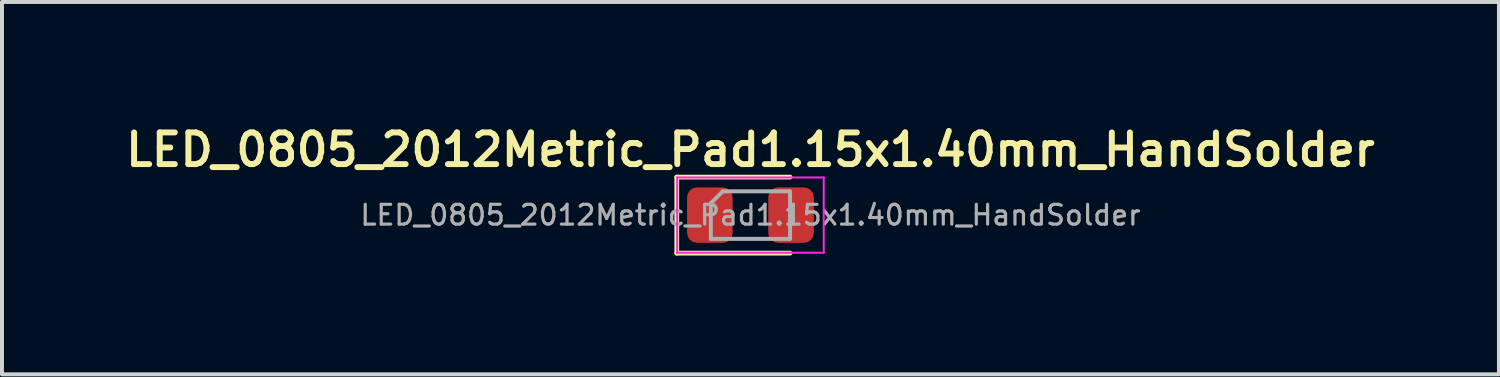
<source format=kicad_pcb>
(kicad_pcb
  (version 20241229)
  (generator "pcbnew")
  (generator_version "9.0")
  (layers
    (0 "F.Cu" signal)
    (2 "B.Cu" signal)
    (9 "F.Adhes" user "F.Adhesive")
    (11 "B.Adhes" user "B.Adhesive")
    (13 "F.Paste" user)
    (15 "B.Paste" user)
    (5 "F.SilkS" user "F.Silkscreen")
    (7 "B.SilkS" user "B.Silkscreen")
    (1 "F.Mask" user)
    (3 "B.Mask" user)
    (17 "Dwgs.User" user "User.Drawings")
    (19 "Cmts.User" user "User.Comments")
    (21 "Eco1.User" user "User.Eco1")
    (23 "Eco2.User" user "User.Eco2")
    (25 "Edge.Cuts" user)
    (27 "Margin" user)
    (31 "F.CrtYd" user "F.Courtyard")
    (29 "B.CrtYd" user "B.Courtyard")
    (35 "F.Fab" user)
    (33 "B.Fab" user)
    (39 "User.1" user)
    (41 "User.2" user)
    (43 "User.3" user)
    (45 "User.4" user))
  (footprint "LED_0805_2012Metric_Pad1.15x1.40mm_HandSolder"
    (layer "F.Cu")
    (at 15.897 2.381)
    (property "Reference" "LED_0805_2012Metric_Pad1.15x1.40mm_HandSolder" (at 0 -1.65 0) (layer "F.SilkS") (effects (font (size 0.8 0.8) (thickness 0.15))))
    (attr smd)
    (fp_line (start -1.86 -0.96) (end -1.86 0.96) (stroke (width 0.12) (type solid)) (layer "F.SilkS"))
    (fp_line (start -1.86 0.96) (end 1 0.96) (stroke (width 0.12) (type solid)) (layer "F.SilkS"))
    (fp_line (start 1 -0.96) (end -1.86 -0.96) (stroke (width 0.12) (type solid)) (layer "F.SilkS"))
    (fp_line (start -1.85 -0.95) (end 1.85 -0.95) (stroke (width 0.05) (type solid)) (layer "F.CrtYd"))
    (fp_line (start -1.85 0.95) (end -1.85 -0.95) (stroke (width 0.05) (type solid)) (layer "F.CrtYd"))
    (fp_line (start 1.85 -0.95) (end 1.85 0.95) (stroke (width 0.05) (type solid)) (layer "F.CrtYd"))
    (fp_line (start 1.85 0.95) (end -1.85 0.95) (stroke (width 0.05) (type solid)) (layer "F.CrtYd"))
    (fp_line (start -1 -0.3) (end -1 0.6) (stroke (width 0.1) (type solid)) (layer "F.Fab"))
    (fp_line (start -1 0.6) (end 1 0.6) (stroke (width 0.1) (type solid)) (layer "F.Fab"))
    (fp_line (start -0.7 -0.6) (end -1 -0.3) (stroke (width 0.1) (type solid)) (layer "F.Fab"))
    (fp_line (start 1 -0.6) (end -0.7 -0.6) (stroke (width 0.1) (type solid)) (layer "F.Fab"))
    (fp_line (start 1 0.6) (end 1 -0.6) (stroke (width 0.1) (type solid)) (layer "F.Fab"))
    (fp_text user "${REFERENCE}" (at 0 0 0) (layer "F.Fab") (effects (font (size 0.5 0.5) (thickness 0.08))))
    (pad "1" smd roundrect (at -1.025 0) (size 1.15 1.4) (layers "F.Cu" "F.Mask" "F.Paste") (roundrect_rratio 0.217))
    (pad "2" smd roundrect (at 1.025 0) (size 1.15 1.4) (layers "F.Cu" "F.Mask" "F.Paste") (roundrect_rratio 0.217)))
  (gr_rect
    (start -3 -3)
    (end 34.795 6.401)
    (stroke (width 0.1) (type default))
    (fill no)
    (layer "Edge.Cuts")))
</source>
